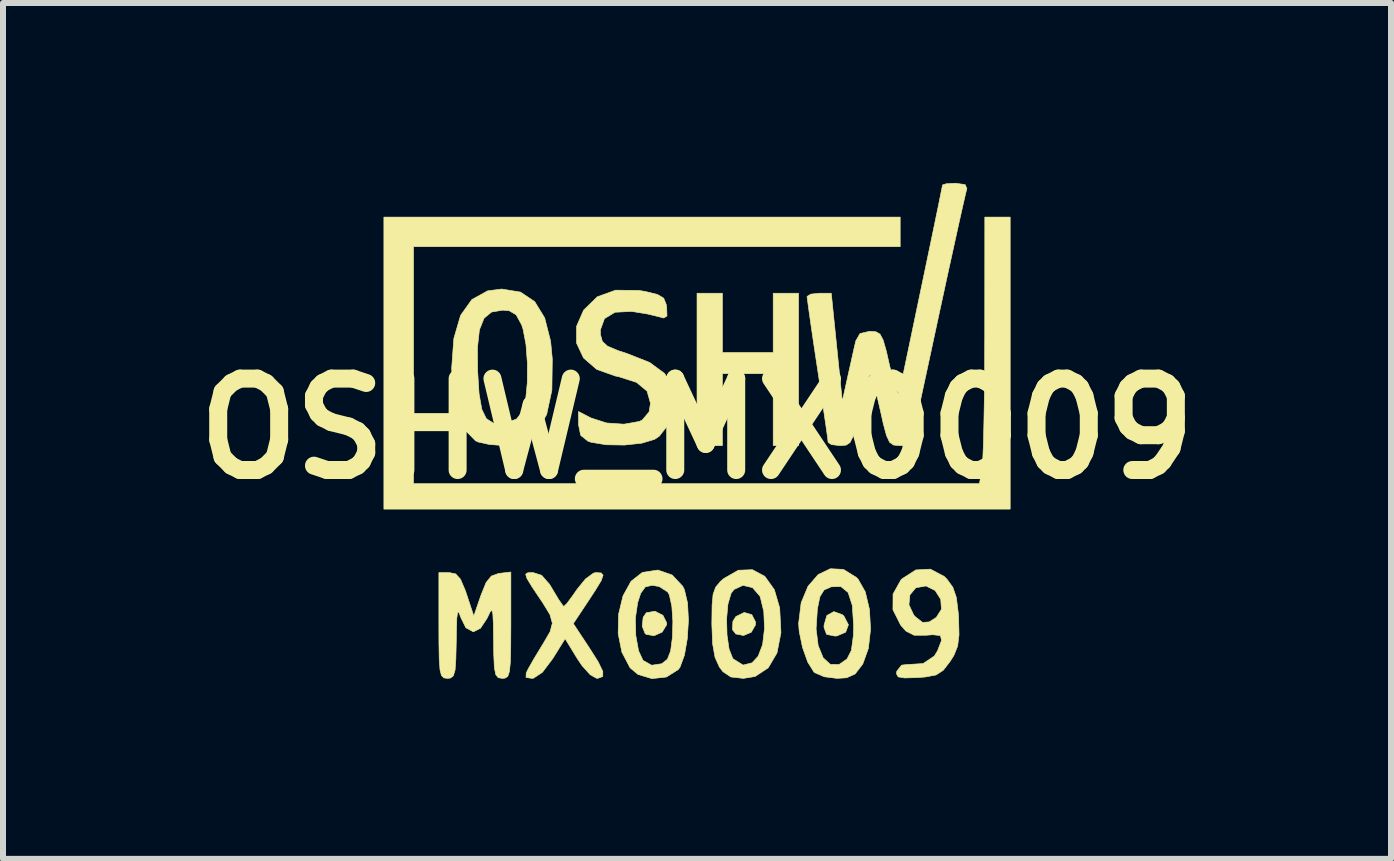
<source format=kicad_pcb>
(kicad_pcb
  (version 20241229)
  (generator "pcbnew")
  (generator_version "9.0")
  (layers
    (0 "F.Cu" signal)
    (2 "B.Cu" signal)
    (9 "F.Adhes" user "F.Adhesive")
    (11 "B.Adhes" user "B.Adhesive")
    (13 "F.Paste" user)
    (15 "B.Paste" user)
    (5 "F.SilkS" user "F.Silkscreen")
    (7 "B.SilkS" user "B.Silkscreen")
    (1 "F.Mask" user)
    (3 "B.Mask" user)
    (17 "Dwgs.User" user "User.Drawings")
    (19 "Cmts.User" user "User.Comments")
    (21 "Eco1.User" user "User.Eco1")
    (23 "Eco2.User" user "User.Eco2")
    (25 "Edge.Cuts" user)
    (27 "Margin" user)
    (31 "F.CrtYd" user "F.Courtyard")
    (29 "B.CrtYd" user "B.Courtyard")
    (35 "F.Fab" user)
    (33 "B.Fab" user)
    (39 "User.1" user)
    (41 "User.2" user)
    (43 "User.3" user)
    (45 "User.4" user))
  (footprint "OSHW_MX0009"
    (layer "F.Cu")
    (at 8.571 4.097)
    (property "Reference" "OSHW_MX0009" (at 0 0 0) (layer "F.SilkS") (effects (font (size 1.524 1.524) (thickness 0.3))))
    (attr through_hole)
    (fp_poly (pts (xy 0.913 3.101) (xy 0.975 3.221) (xy 0.974 3.272) (xy 0.904 3.394) (xy 0.776 3.448) (xy 0.648 3.423) (xy 0.59 3.351) (xy 0.598 3.211) (xy 0.648 3.132) (xy 0.787 3.064) (xy 0.913 3.101)) (stroke (width 0.01) (type solid)) (fill yes) (layer "F.SilkS"))
    (fp_poly (pts (xy -0.568 3.112) (xy -0.506 3.238) (xy -0.507 3.269) (xy -0.581 3.391) (xy -0.716 3.452) (xy -0.848 3.429) (xy -0.867 3.413) (xy -0.914 3.292) (xy -0.898 3.145) (xy -0.846 3.069) (xy -0.701 3.044) (xy -0.568 3.112)) (stroke (width 0.01) (type solid)) (fill yes) (layer "F.SilkS"))
    (fp_poly (pts (xy 2.425 3.102) (xy 2.449 3.125) (xy 2.524 3.269) (xy 2.478 3.393) (xy 2.33 3.456) (xy 2.295 3.457) (xy 2.16 3.429) (xy 2.118 3.317) (xy 2.117 3.279) (xy 2.164 3.115) (xy 2.281 3.05) (xy 2.425 3.102)) (stroke (width 0.01) (type solid)) (fill yes) (layer "F.SilkS"))
    (fp_poly (pts (xy 0.423 -1.27) (xy 1.27 -1.27) (xy 1.27 -2.258) (xy 1.693 -2.258) (xy 1.693 0.282) (xy 1.27 0.282) (xy 1.27 -0.917) (xy 0.423 -0.917) (xy 0.423 0.282) (xy 0 0.282) (xy 0 -2.258) (xy 0.423 -2.258) (xy 0.423 -1.27)) (stroke (width 0.01) (type solid)) (fill yes) (layer "F.SilkS"))
    (fp_poly (pts (xy 3.387 -3.034) (xy -4.727 -3.034) (xy -4.727 0.917) (xy 4.709 0.917) (xy 4.752 0.653) (xy 4.764 0.513) (xy 4.775 0.254) (xy 4.783 -0.104) (xy 4.791 -0.539) (xy 4.795 -1.029) (xy 4.797 -1.555) (xy 4.797 -1.57) (xy 4.798 -3.528) (xy 5.221 -3.528) (xy 5.221 1.341) (xy -5.221 1.341) (xy -5.221 -3.528) (xy 3.387 -3.528) (xy 3.387 -3.034)) (stroke (width 0.01) (type solid)) (fill yes) (layer "F.SilkS"))
    (fp_poly (pts (xy -0.414 2.44) (xy -0.238 2.628) (xy -0.21 2.686) (xy -0.158 2.907) (xy -0.143 3.194) (xy -0.162 3.5) (xy -0.21 3.776) (xy -0.284 3.976) (xy -0.313 4.016) (xy -0.51 4.14) (xy -0.753 4.167) (xy -0.985 4.097) (xy -1.116 3.987) (xy -1.253 3.726) (xy -1.315 3.415) (xy -1.309 3.162) (xy -1.028 3.162) (xy -1.021 3.448) (xy -0.975 3.703) (xy -0.901 3.863) (xy -0.757 3.944) (xy -0.589 3.919) (xy -0.494 3.845) (xy -0.44 3.705) (xy -0.41 3.477) (xy -0.403 3.212) (xy -0.42 2.961) (xy -0.461 2.773) (xy -0.489 2.722) (xy -0.631 2.632) (xy -0.747 2.611) (xy -0.862 2.638) (xy -0.939 2.744) (xy -0.99 2.901) (xy -1.028 3.162) (xy -1.309 3.162) (xy -1.307 3.09) (xy -1.234 2.787) (xy -1.1 2.544) (xy -0.911 2.396) (xy -0.652 2.357) (xy -0.414 2.44)) (stroke (width 0.01) (type solid)) (fill yes) (layer "F.SilkS"))
    (fp_poly (pts (xy 2.441 2.346) (xy 2.658 2.481) (xy 2.685 2.509) (xy 2.805 2.72) (xy 2.875 3.015) (xy 2.893 3.346) (xy 2.857 3.663) (xy 2.765 3.919) (xy 2.756 3.933) (xy 2.636 4.089) (xy 2.495 4.153) (xy 2.334 4.163) (xy 2.121 4.136) (xy 1.963 4.068) (xy 1.948 4.055) (xy 1.846 3.892) (xy 1.759 3.648) (xy 1.704 3.382) (xy 1.7 3.338) (xy 1.985 3.338) (xy 2.02 3.617) (xy 2.103 3.82) (xy 2.223 3.93) (xy 2.369 3.931) (xy 2.5 3.84) (xy 2.573 3.698) (xy 2.607 3.447) (xy 2.611 3.289) (xy 2.589 2.947) (xy 2.519 2.731) (xy 2.398 2.632) (xy 2.238 2.636) (xy 2.118 2.689) (xy 2.049 2.8) (xy 2.007 3.001) (xy 1.985 3.338) (xy 1.7 3.338) (xy 1.694 3.246) (xy 1.736 2.902) (xy 1.851 2.627) (xy 2.019 2.433) (xy 2.222 2.335) (xy 2.441 2.346)) (stroke (width 0.01) (type solid)) (fill yes) (layer "F.SilkS"))
    (fp_poly (pts (xy 1.13 2.462) (xy 1.289 2.684) (xy 1.378 2.989) (xy 1.399 3.402) (xy 1.333 3.739) (xy 1.187 3.987) (xy 0.969 4.131) (xy 0.773 4.163) (xy 0.565 4.14) (xy 0.432 4.052) (xy 0.372 3.972) (xy 0.3 3.812) (xy 0.26 3.587) (xy 0.247 3.26) (xy 0.247 3.225) (xy 0.248 3.173) (xy 0.493 3.173) (xy 0.5 3.439) (xy 0.534 3.674) (xy 0.594 3.827) (xy 0.605 3.84) (xy 0.768 3.941) (xy 0.919 3.903) (xy 1.019 3.794) (xy 1.093 3.601) (xy 1.125 3.332) (xy 1.113 3.048) (xy 1.055 2.808) (xy 1.047 2.79) (xy 0.925 2.65) (xy 0.765 2.612) (xy 0.616 2.681) (xy 0.567 2.747) (xy 0.515 2.926) (xy 0.493 3.173) (xy 0.248 3.173) (xy 0.251 2.941) (xy 0.268 2.76) (xy 0.311 2.642) (xy 0.389 2.549) (xy 0.445 2.499) (xy 0.688 2.36) (xy 0.923 2.351) (xy 1.13 2.462)) (stroke (width 0.01) (type solid)) (fill yes) (layer "F.SilkS"))
    (fp_poly (pts (xy -2.943 -2.277) (xy -2.706 -2.118) (xy -2.54 -1.847) (xy -2.441 -1.458) (xy -2.413 -1.162) (xy -2.42 -0.642) (xy -2.507 -0.237) (xy -2.673 0.052) (xy -2.918 0.225) (xy -3.238 0.28) (xy -3.465 0.263) (xy -3.649 0.222) (xy -3.693 0.202) (xy -3.861 0.03) (xy -3.988 -0.256) (xy -4.067 -0.631) (xy -4.091 -1.004) (xy -4.066 -1.349) (xy -3.661 -1.349) (xy -3.658 -0.965) (xy -3.634 -0.584) (xy -3.589 -0.324) (xy -3.513 -0.167) (xy -3.397 -0.093) (xy -3.231 -0.083) (xy -3.218 -0.085) (xy -3.009 -0.161) (xy -2.913 -0.282) (xy -2.858 -0.479) (xy -2.83 -0.764) (xy -2.828 -1.089) (xy -2.852 -1.405) (xy -2.901 -1.662) (xy -2.924 -1.731) (xy -3.016 -1.899) (xy -3.131 -1.966) (xy -3.24 -1.976) (xy -3.425 -1.945) (xy -3.551 -1.841) (xy -3.628 -1.648) (xy -3.661 -1.349) (xy -4.066 -1.349) (xy -4.054 -1.506) (xy -3.942 -1.889) (xy -3.754 -2.153) (xy -3.491 -2.298) (xy -3.256 -2.328) (xy -2.943 -2.277)) (stroke (width 0.01) (type solid)) (fill yes) (layer "F.SilkS"))
    (fp_poly (pts (xy -2.592 2.444) (xy -2.459 2.595) (xy -2.407 2.681) (xy -2.307 2.849) (xy -2.236 2.95) (xy -2.219 2.963) (xy -2.166 2.91) (xy -2.066 2.774) (xy -2.002 2.681) (xy -1.86 2.506) (xy -1.726 2.408) (xy -1.684 2.399) (xy -1.596 2.406) (xy -1.566 2.443) (xy -1.598 2.534) (xy -1.7 2.701) (xy -1.808 2.866) (xy -2.063 3.25) (xy -1.808 3.635) (xy -1.648 3.887) (xy -1.571 4.047) (xy -1.572 4.131) (xy -1.646 4.16) (xy -1.676 4.161) (xy -1.782 4.101) (xy -1.918 3.95) (xy -1.999 3.829) (xy -2.199 3.501) (xy -2.405 3.832) (xy -2.578 4.062) (xy -2.726 4.16) (xy -2.754 4.163) (xy -2.851 4.147) (xy -2.848 4.074) (xy -2.814 4.004) (xy -2.722 3.842) (xy -2.598 3.637) (xy -2.564 3.582) (xy -2.45 3.386) (xy -2.412 3.243) (xy -2.452 3.1) (xy -2.572 2.903) (xy -2.596 2.868) (xy -2.752 2.635) (xy -2.836 2.496) (xy -2.857 2.426) (xy -2.821 2.402) (xy -2.735 2.399) (xy -2.734 2.399) (xy -2.592 2.444)) (stroke (width 0.01) (type solid)) (fill yes) (layer "F.SilkS"))
    (fp_poly (pts (xy -3.104 3.276) (xy -3.106 3.643) (xy -3.112 3.892) (xy -3.127 4.046) (xy -3.154 4.127) (xy -3.197 4.158) (xy -3.246 4.163) (xy -3.314 4.152) (xy -3.356 4.1) (xy -3.379 3.981) (xy -3.389 3.766) (xy -3.392 3.545) (xy -3.396 3.254) (xy -3.404 3.087) (xy -3.421 3.026) (xy -3.451 3.057) (xy -3.498 3.157) (xy -3.61 3.327) (xy -3.729 3.387) (xy -3.854 3.319) (xy -3.934 3.157) (xy -3.969 3.065) (xy -3.991 3.061) (xy -4.005 3.161) (xy -4.012 3.379) (xy -4.014 3.545) (xy -4.021 3.842) (xy -4.034 4.025) (xy -4.063 4.121) (xy -4.112 4.158) (xy -4.163 4.163) (xy -4.221 4.155) (xy -4.261 4.115) (xy -4.285 4.022) (xy -4.298 3.851) (xy -4.303 3.58) (xy -4.304 3.281) (xy -4.304 2.399) (xy -4.133 2.399) (xy -4.024 2.421) (xy -3.944 2.509) (xy -3.865 2.694) (xy -3.842 2.761) (xy -3.722 3.124) (xy -3.603 2.779) (xy -3.517 2.566) (xy -3.429 2.457) (xy -3.31 2.414) (xy -3.294 2.412) (xy -3.104 2.39) (xy -3.104 3.276)) (stroke (width 0.01) (type solid)) (fill yes) (layer "F.SilkS"))
    (fp_poly (pts (xy 4.12 2.463) (xy 4.166 2.508) (xy 4.265 2.644) (xy 4.324 2.816) (xy 4.355 3.07) (xy 4.361 3.161) (xy 4.368 3.437) (xy 4.345 3.625) (xy 4.283 3.779) (xy 4.219 3.881) (xy 4.105 4.028) (xy 3.985 4.106) (xy 3.805 4.14) (xy 3.678 4.149) (xy 3.462 4.156) (xy 3.354 4.138) (xy 3.325 4.086) (xy 3.331 4.043) (xy 3.411 3.942) (xy 3.495 3.933) (xy 3.769 3.916) (xy 3.957 3.79) (xy 4.01 3.703) (xy 4.077 3.529) (xy 4.058 3.45) (xy 3.93 3.435) (xy 3.82 3.444) (xy 3.62 3.444) (xy 3.485 3.376) (xy 3.397 3.278) (xy 3.266 3.018) (xy 3.267 2.937) (xy 3.533 2.937) (xy 3.614 3.108) (xy 3.639 3.135) (xy 3.76 3.23) (xy 3.87 3.222) (xy 3.989 3.147) (xy 4.075 3.011) (xy 4.063 2.845) (xy 3.97 2.698) (xy 3.817 2.622) (xy 3.648 2.652) (xy 3.549 2.771) (xy 3.533 2.937) (xy 3.267 2.937) (xy 3.268 2.757) (xy 3.4 2.521) (xy 3.419 2.502) (xy 3.648 2.355) (xy 3.891 2.342) (xy 4.12 2.463)) (stroke (width 0.01) (type solid)) (fill yes) (layer "F.SilkS"))
    (fp_poly (pts (xy -0.971 -2.305) (xy -0.866 -2.288) (xy -0.66 -2.238) (xy -0.556 -2.176) (xy -0.513 -2.07) (xy -0.506 -2.019) (xy -0.501 -1.879) (xy -0.555 -1.845) (xy -0.647 -1.869) (xy -0.826 -1.912) (xy -1.056 -1.95) (xy -1.1 -1.955) (xy -1.368 -1.941) (xy -1.543 -1.835) (xy -1.612 -1.646) (xy -1.609 -1.563) (xy -1.578 -1.455) (xy -1.493 -1.376) (xy -1.321 -1.303) (xy -1.167 -1.253) (xy -0.79 -1.104) (xy -0.54 -0.92) (xy -0.404 -0.691) (xy -0.386 -0.626) (xy -0.381 -0.348) (xy -0.469 -0.081) (xy -0.629 0.125) (xy -0.708 0.178) (xy -0.923 0.242) (xy -1.212 0.273) (xy -1.515 0.268) (xy -1.768 0.226) (xy -1.817 0.209) (xy -1.94 0.111) (xy -1.976 -0.07) (xy -1.976 -0.286) (xy -1.767 -0.178) (xy -1.508 -0.095) (xy -1.218 -0.075) (xy -0.964 -0.12) (xy -0.913 -0.144) (xy -0.799 -0.28) (xy -0.776 -0.424) (xy -0.833 -0.626) (xy -1.009 -0.772) (xy -1.31 -0.868) (xy -1.358 -0.877) (xy -1.672 -0.988) (xy -1.893 -1.18) (xy -2.009 -1.427) (xy -2.009 -1.706) (xy -1.891 -1.976) (xy -1.663 -2.199) (xy -1.358 -2.309) (xy -0.971 -2.305)) (stroke (width 0.01) (type solid)) (fill yes) (layer "F.SilkS"))
    (fp_poly (pts (xy 4.47 -4.069) (xy 4.499 -4.004) (xy 4.477 -3.915) (xy 4.429 -3.706) (xy 4.359 -3.394) (xy 4.272 -2.998) (xy 4.17 -2.534) (xy 4.059 -2.021) (xy 4.015 -1.817) (xy 3.563 0.282) (xy 3.374 0.282) (xy 3.277 0.273) (xy 3.211 0.227) (xy 3.159 0.116) (xy 3.104 -0.089) (xy 3.065 -0.265) (xy 3.003 -0.535) (xy 2.945 -0.756) (xy 2.904 -0.888) (xy 2.898 -0.9) (xy 2.865 -0.876) (xy 2.813 -0.739) (xy 2.752 -0.513) (xy 2.717 -0.353) (xy 2.651 -0.055) (xy 2.6 0.132) (xy 2.55 0.232) (xy 2.486 0.274) (xy 2.395 0.282) (xy 2.385 0.282) (xy 2.242 0.266) (xy 2.186 0.229) (xy 2.176 0.145) (xy 2.148 -0.054) (xy 2.105 -0.345) (xy 2.053 -0.702) (xy 2.01 -0.988) (xy 1.951 -1.378) (xy 1.901 -1.719) (xy 1.863 -1.987) (xy 1.84 -2.157) (xy 1.834 -2.205) (xy 1.896 -2.243) (xy 2.036 -2.258) (xy 2.238 -2.258) (xy 2.33 -1.358) (xy 2.422 -0.459) (xy 2.516 -0.882) (xy 2.573 -1.137) (xy 2.622 -1.357) (xy 2.647 -1.464) (xy 2.717 -1.586) (xy 2.875 -1.623) (xy 2.884 -1.623) (xy 2.983 -1.616) (xy 3.051 -1.576) (xy 3.104 -1.476) (xy 3.157 -1.289) (xy 3.213 -1.041) (xy 3.274 -0.797) (xy 3.326 -0.637) (xy 3.363 -0.583) (xy 3.372 -0.6) (xy 3.545 -1.423) (xy 3.69 -2.117) (xy 3.81 -2.69) (xy 3.906 -3.15) (xy 3.98 -3.506) (xy 4.034 -3.768) (xy 4.069 -3.942) (xy 4.088 -4.037) (xy 4.092 -4.063) (xy 4.154 -4.083) (xy 4.303 -4.092) (xy 4.311 -4.092) (xy 4.47 -4.069)) (stroke (width 0.01) (type solid)) (fill yes) (layer "F.SilkS")))
  (gr_rect
    (start -3 -3)
    (end 20.141 11.269)
    (stroke (width 0.1) (type default))
    (fill no)
    (layer "Edge.Cuts")))
</source>
